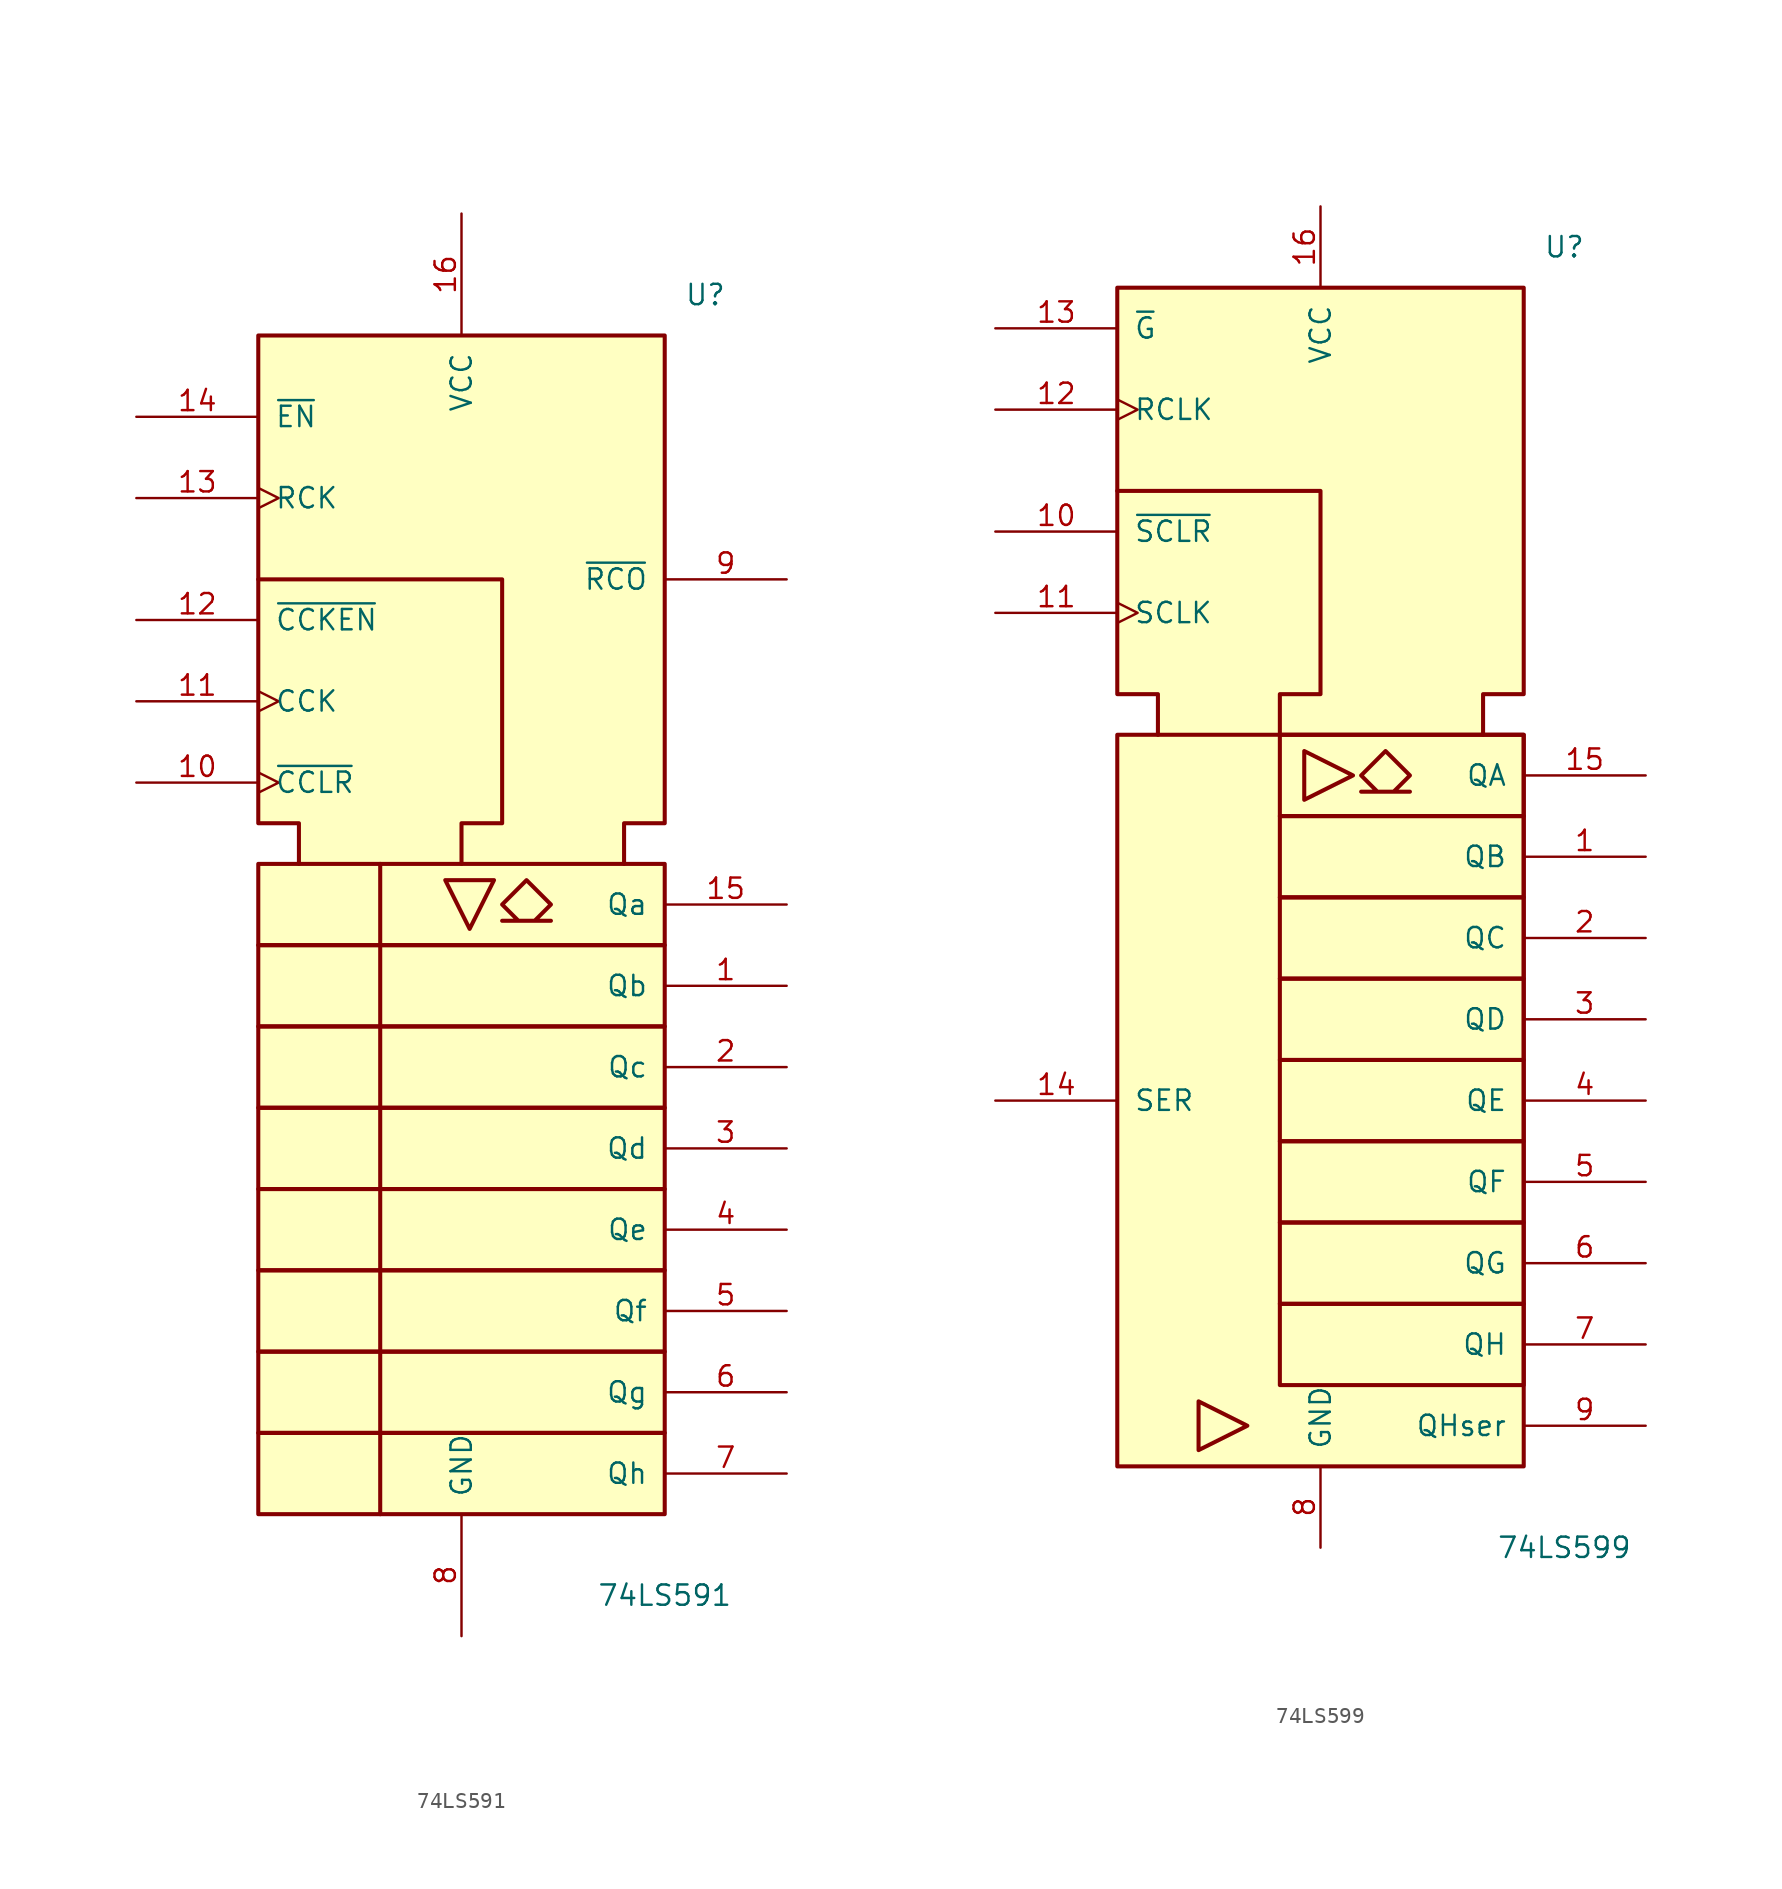
<source format=kicad_sym>
(kicad_symbol_lib
  (version 20220914)
  (generator kicad_symbol_editor)
  (symbol "74LS591"
    (pin_names
      (offset 1.016))
    (property "Reference" "U"
      (at 15.24 40.64 0)
      (effects (font (size 1.27 1.27))))
    (property "Value" "74LS591"
      (at 12.7 -40.64 0)
      (effects (font (size 1.27 1.27))))
    (symbol "74LS591_0_0"
      (rectangle (start -12.7 -30.48) (end 12.7 -35.56) (stroke (width 0.254) (type default)) (fill (type background)))
      (rectangle (start -12.7 -25.4) (end 12.7 -30.48) (stroke (width 0.254) (type default)) (fill (type background)))
      (rectangle (start -12.7 -20.32) (end 12.7 -25.4) (stroke (width 0.254) (type default)) (fill (type background)))
      (rectangle (start -12.7 -15.24) (end 12.7 -20.32) (stroke (width 0.254) (type default)) (fill (type background)))
      (rectangle (start -12.7 -10.16) (end 12.7 -15.24) (stroke (width 0.254) (type default)) (fill (type background)))
      (rectangle (start -12.7 -5.08) (end 12.7 -10.16) (stroke (width 0.254) (type default)) (fill (type background)))
      (rectangle (start -12.7 0) (end 12.7 -5.08) (stroke (width 0.254) (type default)) (fill (type background)))
      (rectangle (start -12.7 5.08) (end 12.7 0) (stroke (width 0.254) (type default)) (fill (type background)))
      (polyline (pts (xy -5.08 5.08) (xy -5.08 -35.56) (xy -5.08 -35.56)) (stroke (width 0.254) (type default)) (fill (type background)))
      (polyline (pts (xy -1.016 4.064) (xy 2.032 4.064) (xy 0.508 1.016) (xy -1.016 4.064) (xy -1.016 4.064)) (stroke (width 0.254) (type default)) (fill (type background)))
      (polyline (pts (xy -12.7 22.86) (xy 2.54 22.86) (xy 2.54 7.62) (xy 0 7.62) (xy 0 5.08) (xy 0 5.08)) (stroke (width 0.254) (type default)) (fill (type background)))
      (polyline (pts (xy -10.16 5.08) (xy -10.16 7.62) (xy -12.7 7.62) (xy -12.7 38.1) (xy 12.7 38.1) (xy 12.7 7.62) (xy 10.16 7.62) (xy 10.16 5.08) (xy 10.16 5.08)) (stroke (width 0.254) (type default)) (fill (type background)))
      (polyline (pts (xy 4.064 4.064) (xy 5.588 2.54) (xy 4.572 1.524) (xy 5.588 1.524) (xy 2.54 1.524) (xy 3.556 1.524) (xy 2.54 2.54) (xy 4.064 4.064) (xy 4.064 4.064)) (stroke (width 0.254) (type default)) (fill (type background))))
    (symbol "74LS591_0_1"
      (pin power_in line (at 0 45.72 270) (length 7.62) (name "VCC" (effects (font (size 1.27 1.27)))) (number "16" (effects (font (size 1.27 1.27)))))
      (pin power_in line (at 0 -43.18 90) (length 7.62) (name "GND" (effects (font (size 1.27 1.27)))) (number "8" (effects (font (size 1.27 1.27))))))
    (symbol "74LS591_1_1"
      (pin output line (at 20.32 -2.54 180) (length 7.62) (name "Qb" (effects (font (size 1.27 1.27)))) (number "1" (effects (font (size 1.27 1.27)))))
      (pin input clock (at -20.32 10.16 0) (length 7.62) (name "~{CCLR}" (effects (font (size 1.27 1.27)))) (number "10" (effects (font (size 1.27 1.27)))))
      (pin input clock (at -20.32 15.24 0) (length 7.62) (name "CCK" (effects (font (size 1.27 1.27)))) (number "11" (effects (font (size 1.27 1.27)))))
      (pin input line (at -20.32 20.32 0) (length 7.62) (name "~{CCKEN}" (effects (font (size 1.27 1.27)))) (number "12" (effects (font (size 1.27 1.27)))))
      (pin input clock (at -20.32 27.94 0) (length 7.62) (name "RCK" (effects (font (size 1.27 1.27)))) (number "13" (effects (font (size 1.27 1.27)))))
      (pin input line (at -20.32 33.02 0) (length 7.62) (name "~{EN}" (effects (font (size 1.27 1.27)))) (number "14" (effects (font (size 1.27 1.27)))))
      (pin output line (at 20.32 2.54 180) (length 7.62) (name "Qa" (effects (font (size 1.27 1.27)))) (number "15" (effects (font (size 1.27 1.27)))))
      (pin output line (at 20.32 -7.62 180) (length 7.62) (name "Qc" (effects (font (size 1.27 1.27)))) (number "2" (effects (font (size 1.27 1.27)))))
      (pin output line (at 20.32 -12.7 180) (length 7.62) (name "Qd" (effects (font (size 1.27 1.27)))) (number "3" (effects (font (size 1.27 1.27)))))
      (pin output line (at 20.32 -17.78 180) (length 7.62) (name "Qe" (effects (font (size 1.27 1.27)))) (number "4" (effects (font (size 1.27 1.27)))))
      (pin output line (at 20.32 -22.86 180) (length 7.62) (name "Qf" (effects (font (size 1.27 1.27)))) (number "5" (effects (font (size 1.27 1.27)))))
      (pin output line (at 20.32 -27.94 180) (length 7.62) (name "Qg" (effects (font (size 1.27 1.27)))) (number "6" (effects (font (size 1.27 1.27)))))
      (pin output line (at 20.32 -33.02 180) (length 7.62) (name "Qh" (effects (font (size 1.27 1.27)))) (number "7" (effects (font (size 1.27 1.27)))))
      (pin output line (at 20.32 22.86 180) (length 7.62) (name "~{RCO}" (effects (font (size 1.27 1.27)))) (number "9" (effects (font (size 1.27 1.27)))))))
  (symbol "74LS599"
    (pin_names
      (offset 1.016))
    (property "Reference" "U"
      (at 15.24 40.64 0)
      (effects (font (size 1.27 1.27))))
    (property "Value" "74LS599"
      (at 15.24 -40.64 0)
      (effects (font (size 1.27 1.27))))
    (symbol "74LS599_0_0"
      (rectangle (start -12.7 10.16) (end 12.7 -35.56) (stroke (width 0.254) (type default)) (fill (type background)))
      (polyline (pts (xy -4.572 -33.02) (xy -7.62 -31.496) (xy -7.62 -34.544) (xy -4.572 -33.02) (xy -4.572 -33.02)) (stroke (width 0.254) (type default)) (fill (type background)))
      (polyline (pts (xy -1.016 9.144) (xy -1.016 6.096) (xy 2.032 7.62) (xy -1.016 9.144) (xy -1.016 9.144)) (stroke (width 0.254) (type default)) (fill (type background)))
      (polyline (pts (xy -12.7 25.4) (xy 0 25.4) (xy 0 12.7) (xy -2.54 12.7) (xy -2.54 10.16) (xy -2.54 10.16)) (stroke (width 0.254) (type default)) (fill (type background)))
      (polyline (pts (xy 5.588 6.604) (xy 2.54 6.604) (xy 3.556 6.604) (xy 2.54 7.62) (xy 4.064 9.144) (xy 5.588 7.62) (xy 4.572 6.604) (xy 4.572 6.604)) (stroke (width 0.254) (type default)) (fill (type background)))
      (polyline (pts (xy -10.16 10.16) (xy -10.16 12.7) (xy -12.7 12.7) (xy -12.7 38.1) (xy 12.7 38.1) (xy 12.7 12.7) (xy 10.16 12.7) (xy 10.16 10.16) (xy 10.16 10.16)) (stroke (width 0.254) (type default)) (fill (type background))))
    (symbol "74LS599_0_1"
      (rectangle (start -2.54 -25.4) (end 12.7 -30.48) (stroke (width 0.254) (type default)) (fill (type background)))
      (rectangle (start -2.54 -20.32) (end 12.7 -25.4) (stroke (width 0.254) (type default)) (fill (type background)))
      (rectangle (start -2.54 -15.24) (end 12.7 -20.32) (stroke (width 0.254) (type default)) (fill (type background)))
      (rectangle (start -2.54 -10.16) (end 12.7 -15.24) (stroke (width 0.254) (type default)) (fill (type background)))
      (rectangle (start -2.54 -5.08) (end 12.7 -10.16) (stroke (width 0.254) (type default)) (fill (type background)))
      (rectangle (start -2.54 0) (end 12.7 -5.08) (stroke (width 0.254) (type default)) (fill (type background)))
      (rectangle (start -2.54 5.08) (end 12.7 0) (stroke (width 0.254) (type default)) (fill (type background)))
      (rectangle (start -2.54 10.16) (end 12.7 5.08) (stroke (width 0.254) (type default)) (fill (type background)))
      (pin power_in line (at 0 -40.64 90) (length 5.08) (name "GND" (effects (font (size 1.27 1.27)))) (number "8" (effects (font (size 1.27 1.27))))))
    (symbol "74LS599_1_1"
      (pin tri_state line (at 20.32 2.54 180) (length 7.62) (name "QB" (effects (font (size 1.27 1.27)))) (number "1" (effects (font (size 1.27 1.27)))))
      (pin input line (at -20.32 22.86 0) (length 7.62) (name "~{SCLR}" (effects (font (size 1.27 1.27)))) (number "10" (effects (font (size 1.27 1.27)))))
      (pin input clock (at -20.32 17.78 0) (length 7.62) (name "SCLK" (effects (font (size 1.27 1.27)))) (number "11" (effects (font (size 1.27 1.27)))))
      (pin input clock (at -20.32 30.48 0) (length 7.62) (name "RCLK" (effects (font (size 1.27 1.27)))) (number "12" (effects (font (size 1.27 1.27)))))
      (pin input line (at -20.32 35.56 0) (length 7.62) (name "~{G}" (effects (font (size 1.27 1.27)))) (number "13" (effects (font (size 1.27 1.27)))))
      (pin input line (at -20.32 -12.7 0) (length 7.62) (name "SER" (effects (font (size 1.27 1.27)))) (number "14" (effects (font (size 1.27 1.27)))))
      (pin tri_state line (at 20.32 7.62 180) (length 7.62) (name "QA" (effects (font (size 1.27 1.27)))) (number "15" (effects (font (size 1.27 1.27)))))
      (pin power_in line (at 0 43.18 270) (length 5.08) (name "VCC" (effects (font (size 1.27 1.27)))) (number "16" (effects (font (size 1.27 1.27)))))
      (pin tri_state line (at 20.32 -2.54 180) (length 7.62) (name "QC" (effects (font (size 1.27 1.27)))) (number "2" (effects (font (size 1.27 1.27)))))
      (pin tri_state line (at 20.32 -7.62 180) (length 7.62) (name "QD" (effects (font (size 1.27 1.27)))) (number "3" (effects (font (size 1.27 1.27)))))
      (pin tri_state line (at 20.32 -12.7 180) (length 7.62) (name "QE" (effects (font (size 1.27 1.27)))) (number "4" (effects (font (size 1.27 1.27)))))
      (pin tri_state line (at 20.32 -17.78 180) (length 7.62) (name "QF" (effects (font (size 1.27 1.27)))) (number "5" (effects (font (size 1.27 1.27)))))
      (pin tri_state line (at 20.32 -22.86 180) (length 7.62) (name "QG" (effects (font (size 1.27 1.27)))) (number "6" (effects (font (size 1.27 1.27)))))
      (pin tri_state line (at 20.32 -27.94 180) (length 7.62) (name "QH" (effects (font (size 1.27 1.27)))) (number "7" (effects (font (size 1.27 1.27)))))
      (pin output line (at 20.32 -33.02 180) (length 7.62) (name "QHser" (effects (font (size 1.27 1.27)))) (number "9" (effects (font (size 1.27 1.27))))))))
</source>
